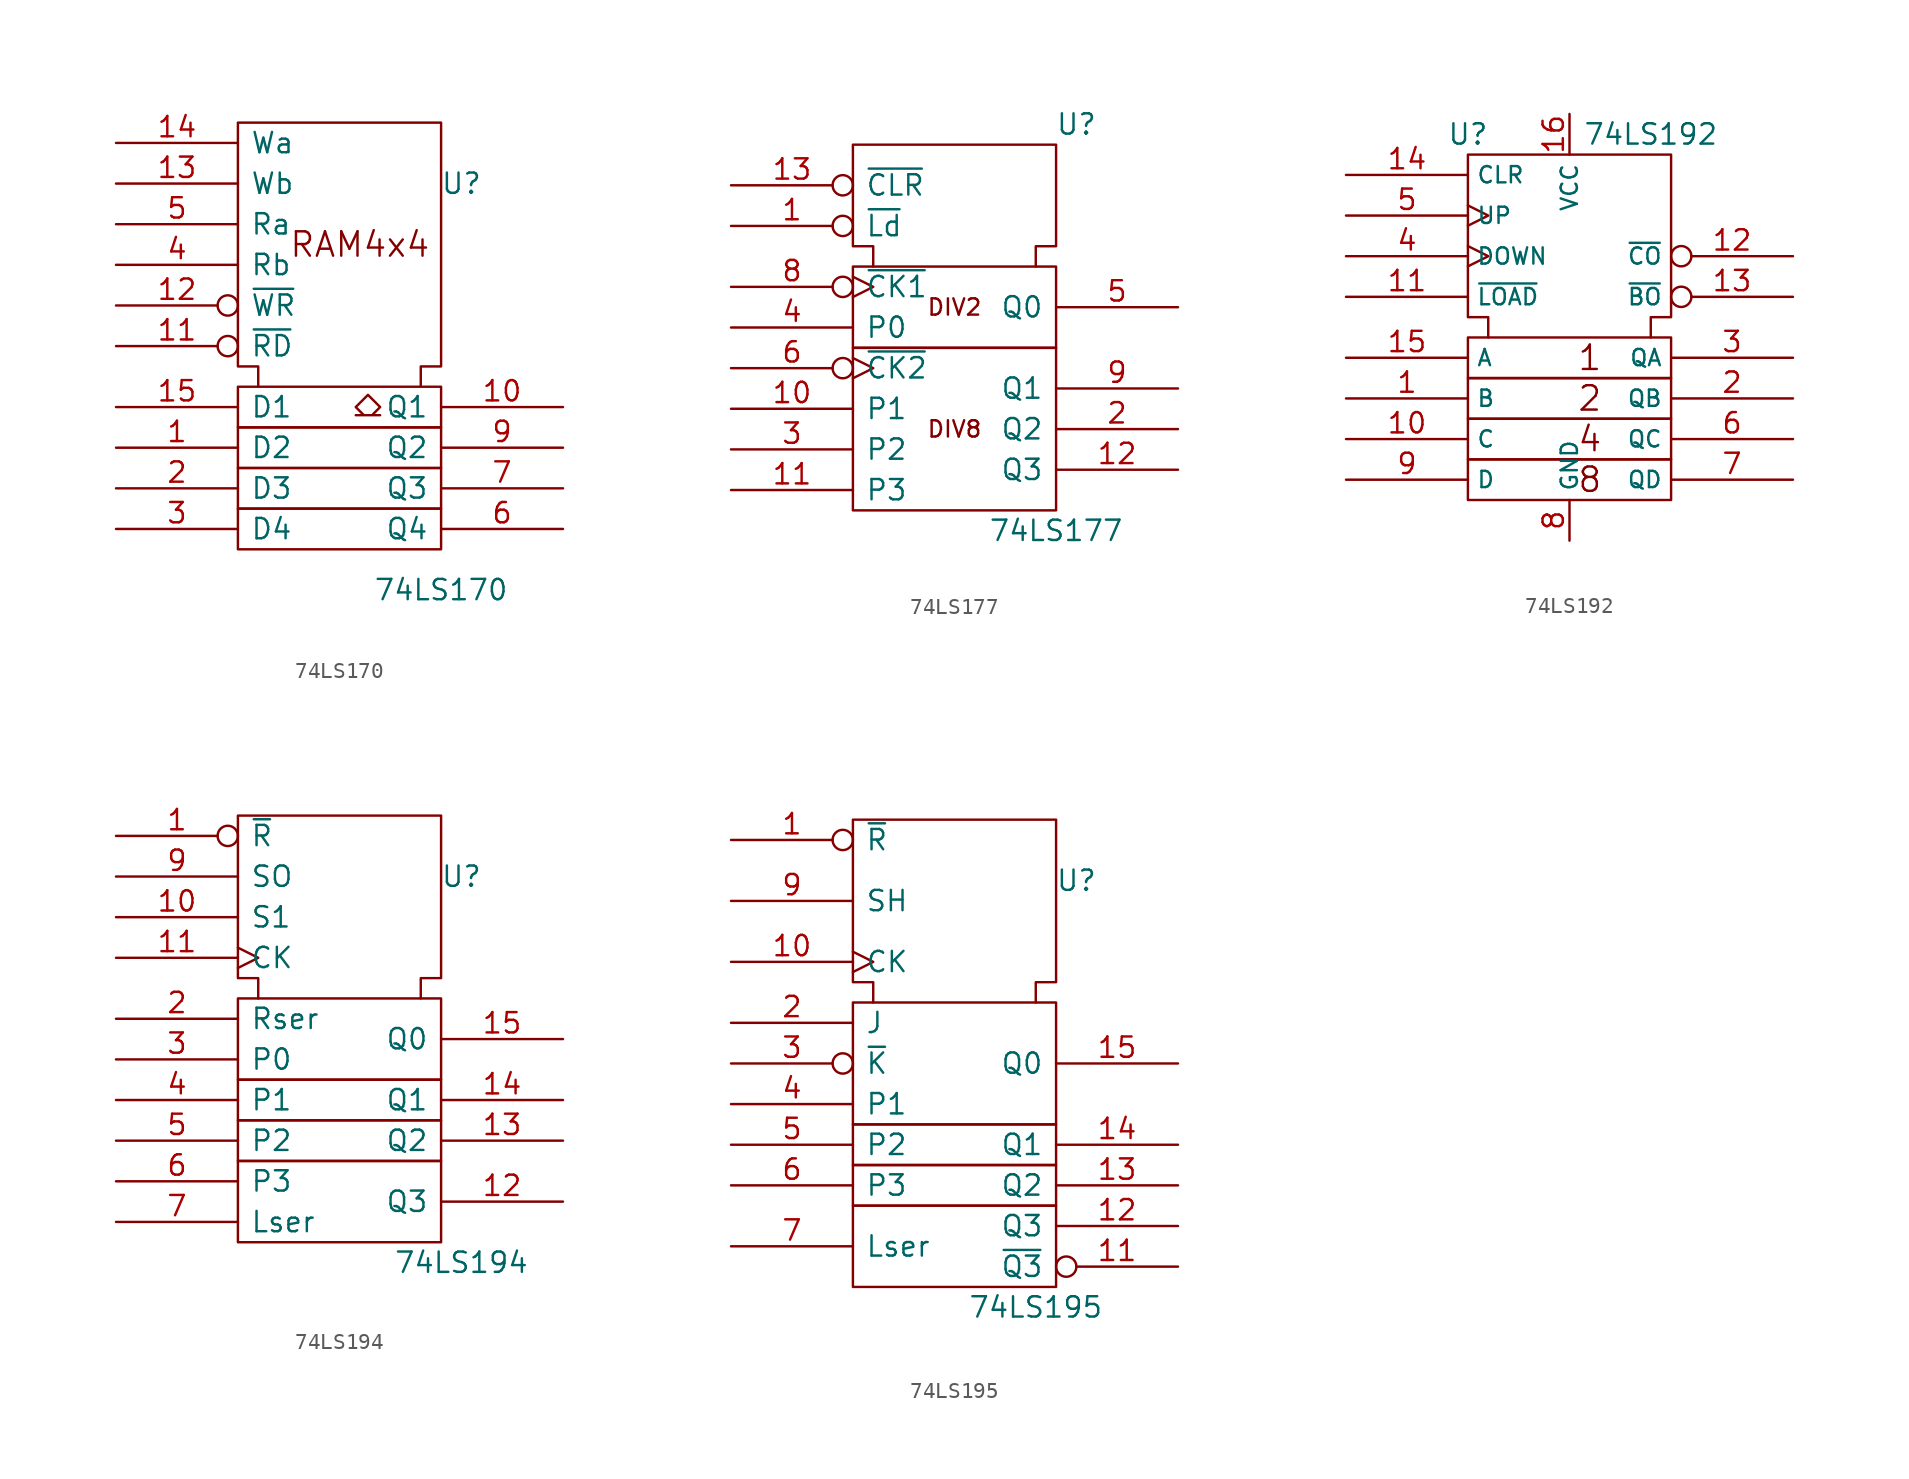
<source format=kicad_sym>
(kicad_symbol_lib
  (version 20211014)
  (generator kicad_symbol_editor)
  (symbol "74LS170"
    (pin_names
      (offset 0.762))
    (property "Reference" "U"
      (at 7.62 10.16 0)
      (effects (font (size 1.27 1.27))))
    (property "Value" "74LS170"
      (at 6.35 -15.24 0)
      (effects (font (size 1.27 1.27))))
    (symbol "74LS170_0_0"
      (rectangle (start -6.35 -10.16) (end 6.35 -12.7) (stroke (width 0) (type default) (color 0 0 0 0)) (fill (type none)))
      (rectangle (start -6.35 -7.62) (end 6.35 -10.16) (stroke (width 0) (type default) (color 0 0 0 0)) (fill (type none)))
      (rectangle (start -6.35 -5.08) (end 6.35 -7.62) (stroke (width 0) (type default) (color 0 0 0 0)) (fill (type none)))
      (rectangle (start -6.35 -2.54) (end 6.35 -5.08) (stroke (width 0) (type default) (color 0 0 0 0)) (fill (type none)))
      (polyline (pts (xy -5.08 -2.54) (xy -5.08 -1.27) (xy -6.35 -1.27) (xy -6.35 13.97) (xy 6.35 13.97) (xy 6.35 -1.27) (xy 5.08 -1.27) (xy 5.08 -2.54) (xy 5.08 -2.54)) (stroke (width 0) (type default) (color 0 0 0 0)) (fill (type none)))
      (polyline (pts (xy 1.778 -3.048) (xy 2.54 -3.81) (xy 2.032 -4.318) (xy 2.54 -4.318) (xy 1.016 -4.318) (xy 1.524 -4.318) (xy 1.016 -3.81) (xy 1.778 -3.048) (xy 1.778 -3.048)) (stroke (width 0) (type default) (color 0 0 0 0)) (fill (type none)))
      (text "RAM4x4" (at 1.27 6.35 0) (effects (font (size 1.524 1.524))))
      (pin power_in line (at 3.81 13.97 270) (length 0) hide (name "VCC" (effects (font (size 1.27 1.27)))) (number "16" (effects (font (size 1.27 1.27)))))
      (pin power_in line (at 0 13.97 270) (length 0) hide (name "GND" (effects (font (size 1.27 1.27)))) (number "8" (effects (font (size 1.27 1.27))))))
    (symbol "74LS170_1_1"
      (pin input line (at -13.97 -6.35 0) (length 7.62) (name "D2" (effects (font (size 1.27 1.27)))) (number "1" (effects (font (size 1.27 1.27)))))
      (pin tri_state line (at 13.97 -3.81 180) (length 7.62) (name "Q1" (effects (font (size 1.27 1.27)))) (number "10" (effects (font (size 1.27 1.27)))))
      (pin input inverted (at -13.97 0 0) (length 7.62) (name "~{RD}" (effects (font (size 1.27 1.27)))) (number "11" (effects (font (size 1.27 1.27)))))
      (pin input inverted (at -13.97 2.54 0) (length 7.62) (name "~{WR}" (effects (font (size 1.27 1.27)))) (number "12" (effects (font (size 1.27 1.27)))))
      (pin input line (at -13.97 10.16 0) (length 7.62) (name "Wb" (effects (font (size 1.27 1.27)))) (number "13" (effects (font (size 1.27 1.27)))))
      (pin input line (at -13.97 12.7 0) (length 7.62) (name "Wa" (effects (font (size 1.27 1.27)))) (number "14" (effects (font (size 1.27 1.27)))))
      (pin input line (at -13.97 -3.81 0) (length 7.62) (name "D1" (effects (font (size 1.27 1.27)))) (number "15" (effects (font (size 1.27 1.27)))))
      (pin input line (at -13.97 -8.89 0) (length 7.62) (name "D3" (effects (font (size 1.27 1.27)))) (number "2" (effects (font (size 1.27 1.27)))))
      (pin input line (at -13.97 -11.43 0) (length 7.62) (name "D4" (effects (font (size 1.27 1.27)))) (number "3" (effects (font (size 1.27 1.27)))))
      (pin input line (at -13.97 5.08 0) (length 7.62) (name "Rb" (effects (font (size 1.27 1.27)))) (number "4" (effects (font (size 1.27 1.27)))))
      (pin input line (at -13.97 7.62 0) (length 7.62) (name "Ra" (effects (font (size 1.27 1.27)))) (number "5" (effects (font (size 1.27 1.27)))))
      (pin tri_state line (at 13.97 -11.43 180) (length 7.62) (name "Q4" (effects (font (size 1.27 1.27)))) (number "6" (effects (font (size 1.27 1.27)))))
      (pin tri_state line (at 13.97 -8.89 180) (length 7.62) (name "Q3" (effects (font (size 1.27 1.27)))) (number "7" (effects (font (size 1.27 1.27)))))
      (pin tri_state line (at 13.97 -6.35 180) (length 7.62) (name "Q2" (effects (font (size 1.27 1.27)))) (number "9" (effects (font (size 1.27 1.27)))))))
  (symbol "74LS177"
    (pin_names
      (offset 0.762))
    (property "Reference" "U"
      (at 7.62 8.89 0)
      (effects (font (size 1.27 1.27))))
    (property "Value" "74LS177"
      (at 6.35 -16.51 0)
      (effects (font (size 1.27 1.27))))
    (symbol "74LS177_0_0"
      (rectangle (start -6.35 -5.08) (end 6.35 -15.24) (stroke (width 0) (type default) (color 0 0 0 0)) (fill (type none)))
      (rectangle (start -6.35 0) (end 6.35 -5.08) (stroke (width 0) (type default) (color 0 0 0 0)) (fill (type none)))
      (polyline (pts (xy -5.08 0) (xy -5.08 1.27) (xy -6.35 1.27) (xy -6.35 7.62) (xy 6.35 7.62) (xy 6.35 1.27) (xy 5.08 1.27) (xy 5.08 0) (xy 5.08 0)) (stroke (width 0) (type default) (color 0 0 0 0)) (fill (type none)))
      (text "DIV2" (at 0 -2.54 0) (effects (font (size 1.016 1.016))))
      (text "DIV8" (at 0 -10.16 0) (effects (font (size 1.016 1.016))))
      (pin power_in line (at 5.08 7.62 270) (length 0) hide (name "VCC" (effects (font (size 1.27 1.27)))) (number "14" (effects (font (size 1.27 1.27)))))
      (pin power_in line (at 1.27 7.62 270) (length 0) hide (name "GND" (effects (font (size 1.27 1.27)))) (number "7" (effects (font (size 1.27 1.27))))))
    (symbol "74LS177_1_1"
      (pin input inverted (at -13.97 2.54 0) (length 7.62) (name "~{Ld}" (effects (font (size 1.27 1.27)))) (number "1" (effects (font (size 1.27 1.27)))))
      (pin input line (at -13.97 -8.89 0) (length 7.62) (name "P1" (effects (font (size 1.27 1.27)))) (number "10" (effects (font (size 1.27 1.27)))))
      (pin input line (at -13.97 -13.97 0) (length 7.62) (name "P3" (effects (font (size 1.27 1.27)))) (number "11" (effects (font (size 1.27 1.27)))))
      (pin output line (at 13.97 -12.7 180) (length 7.62) (name "Q3" (effects (font (size 1.27 1.27)))) (number "12" (effects (font (size 1.27 1.27)))))
      (pin input inverted (at -13.97 5.08 0) (length 7.62) (name "~{CLR}" (effects (font (size 1.27 1.27)))) (number "13" (effects (font (size 1.27 1.27)))))
      (pin output line (at 13.97 -10.16 180) (length 7.62) (name "Q2" (effects (font (size 1.27 1.27)))) (number "2" (effects (font (size 1.27 1.27)))))
      (pin input line (at -13.97 -11.43 0) (length 7.62) (name "P2" (effects (font (size 1.27 1.27)))) (number "3" (effects (font (size 1.27 1.27)))))
      (pin input line (at -13.97 -3.81 0) (length 7.62) (name "P0" (effects (font (size 1.27 1.27)))) (number "4" (effects (font (size 1.27 1.27)))))
      (pin output line (at 13.97 -2.54 180) (length 7.62) (name "Q0" (effects (font (size 1.27 1.27)))) (number "5" (effects (font (size 1.27 1.27)))))
      (pin input inverted_clock (at -13.97 -6.35 0) (length 7.62) (name "~{CK2}" (effects (font (size 1.27 1.27)))) (number "6" (effects (font (size 1.27 1.27)))))
      (pin input inverted_clock (at -13.97 -1.27 0) (length 7.62) (name "~{CK1}" (effects (font (size 1.27 1.27)))) (number "8" (effects (font (size 1.27 1.27)))))
      (pin output line (at 13.97 -7.62 180) (length 7.62) (name "Q1" (effects (font (size 1.27 1.27)))) (number "9" (effects (font (size 1.27 1.27)))))))
  (symbol "74LS192"
    (property "Reference" "U"
      (at -6.35 12.7 0)
      (effects (font (size 1.27 1.27))))
    (property "Value" "74LS192"
      (at 5.08 12.7 0)
      (effects (font (size 1.27 1.27))))
    (symbol "74LS192_0_0"
      (text "1" (at 1.27 -1.27 0) (effects (font (size 1.524 1.524))))
      (text "2" (at 1.27 -3.81 0) (effects (font (size 1.524 1.524))))
      (text "4" (at 1.27 -6.35 0) (effects (font (size 1.524 1.524))))
      (text "8" (at 1.27 -8.89 0) (effects (font (size 1.524 1.524))))
      (pin power_in line (at 0 13.97 270) (length 2.54) (name "VCC" (effects (font (size 1.016 1.016)))) (number "16" (effects (font (size 1.27 1.27)))))
      (pin power_in line (at 0 -12.7 90) (length 2.54) (name "GND" (effects (font (size 1.016 1.016)))) (number "8" (effects (font (size 1.27 1.27))))))
    (symbol "74LS192_0_1"
      (rectangle (start -6.35 -7.62) (end 6.35 -10.16) (stroke (width 0) (type default) (color 0 0 0 0)) (fill (type none)))
      (rectangle (start -6.35 -5.08) (end 6.35 -7.62) (stroke (width 0) (type default) (color 0 0 0 0)) (fill (type none)))
      (rectangle (start -6.35 -2.54) (end 6.35 -5.08) (stroke (width 0) (type default) (color 0 0 0 0)) (fill (type none)))
      (rectangle (start -6.35 0) (end 6.35 -2.54) (stroke (width 0) (type default) (color 0 0 0 0)) (fill (type none)))
      (polyline (pts (xy -5.08 0) (xy -5.08 1.27) (xy -6.35 1.27) (xy -6.35 11.43) (xy 6.35 11.43) (xy 6.35 1.27) (xy 5.08 1.27) (xy 5.08 0) (xy 5.08 0)) (stroke (width 0) (type default) (color 0 0 0 0)) (fill (type none))))
    (symbol "74LS192_1_1"
      (pin input line (at -13.97 -3.81 0) (length 7.62) (name "B" (effects (font (size 1.016 1.016)))) (number "1" (effects (font (size 1.27 1.27)))))
      (pin input line (at -13.97 -6.35 0) (length 7.62) (name "C" (effects (font (size 1.016 1.016)))) (number "10" (effects (font (size 1.27 1.27)))))
      (pin input line (at -13.97 2.54 0) (length 7.62) (name "~{LOAD}" (effects (font (size 1.016 1.016)))) (number "11" (effects (font (size 1.27 1.27)))))
      (pin output inverted (at 13.97 5.08 180) (length 7.62) (name "~{CO}" (effects (font (size 1.016 1.016)))) (number "12" (effects (font (size 1.27 1.27)))))
      (pin output inverted (at 13.97 2.54 180) (length 7.62) (name "~{BO}" (effects (font (size 1.016 1.016)))) (number "13" (effects (font (size 1.27 1.27)))))
      (pin input line (at -13.97 10.16 0) (length 7.62) (name "CLR" (effects (font (size 1.016 1.016)))) (number "14" (effects (font (size 1.27 1.27)))))
      (pin input line (at -13.97 -1.27 0) (length 7.62) (name "A" (effects (font (size 1.016 1.016)))) (number "15" (effects (font (size 1.27 1.27)))))
      (pin output line (at 13.97 -3.81 180) (length 7.62) (name "QB" (effects (font (size 1.016 1.016)))) (number "2" (effects (font (size 1.27 1.27)))))
      (pin output line (at 13.97 -1.27 180) (length 7.62) (name "QA" (effects (font (size 1.016 1.016)))) (number "3" (effects (font (size 1.27 1.27)))))
      (pin input clock (at -13.97 5.08 0) (length 7.62) (name "DOWN" (effects (font (size 1.016 1.016)))) (number "4" (effects (font (size 1.27 1.27)))))
      (pin input clock (at -13.97 7.62 0) (length 7.62) (name "UP" (effects (font (size 1.016 1.016)))) (number "5" (effects (font (size 1.27 1.27)))))
      (pin output line (at 13.97 -6.35 180) (length 7.62) (name "QC" (effects (font (size 1.016 1.016)))) (number "6" (effects (font (size 1.27 1.27)))))
      (pin output line (at 13.97 -8.89 180) (length 7.62) (name "QD" (effects (font (size 1.016 1.016)))) (number "7" (effects (font (size 1.27 1.27)))))
      (pin input line (at -13.97 -8.89 0) (length 7.62) (name "D" (effects (font (size 1.016 1.016)))) (number "9" (effects (font (size 1.27 1.27)))))))
  (symbol "74LS194"
    (pin_names
      (offset 0.762))
    (property "Reference" "U"
      (at 7.62 8.89 0)
      (effects (font (size 1.27 1.27))))
    (property "Value" "74LS194"
      (at 7.62 -15.24 0)
      (effects (font (size 1.27 1.27))))
    (symbol "74LS194_0_0"
      (rectangle (start -6.35 -8.89) (end 6.35 -13.97) (stroke (width 0) (type default) (color 0 0 0 0)) (fill (type none)))
      (polyline (pts (xy -5.08 1.27) (xy -5.08 2.54) (xy -6.35 2.54) (xy -6.35 12.7) (xy 6.35 12.7) (xy 6.35 2.54) (xy 5.08 2.54) (xy 5.08 1.27) (xy 5.08 1.27)) (stroke (width 0) (type default) (color 0 0 0 0)) (fill (type none)))
      (pin power_in line (at -13.97 -12.7 0) (length 7.62) (name "Lser" (effects (font (size 1.27 1.27)))) (number "7" (effects (font (size 1.27 1.27)))))
      (pin power_in line (at 0 12.7 270) (length 0) hide (name "GND" (effects (font (size 1.27 1.27)))) (number "8" (effects (font (size 1.27 1.27))))))
    (symbol "74LS194_0_1"
      (rectangle (start -6.35 -6.35) (end 6.35 -8.89) (stroke (width 0) (type default) (color 0 0 0 0)) (fill (type none)))
      (rectangle (start -6.35 -3.81) (end 6.35 -6.35) (stroke (width 0) (type default) (color 0 0 0 0)) (fill (type none)))
      (rectangle (start -6.35 1.27) (end 6.35 -3.81) (stroke (width 0) (type default) (color 0 0 0 0)) (fill (type none)))
      (pin power_in line (at 3.81 12.7 270) (length 0) hide (name "Vdd" (effects (font (size 1.27 1.27)))) (number "16" (effects (font (size 1.27 1.27))))))
    (symbol "74LS194_1_1"
      (pin input inverted (at -13.97 11.43 0) (length 7.62) (name "~{R}" (effects (font (size 1.27 1.27)))) (number "1" (effects (font (size 1.27 1.27)))))
      (pin input line (at -13.97 6.35 0) (length 7.62) (name "S1" (effects (font (size 1.27 1.27)))) (number "10" (effects (font (size 1.27 1.27)))))
      (pin input clock (at -13.97 3.81 0) (length 7.62) (name "CK" (effects (font (size 1.27 1.27)))) (number "11" (effects (font (size 1.27 1.27)))))
      (pin output line (at 13.97 -11.43 180) (length 7.62) (name "Q3" (effects (font (size 1.27 1.27)))) (number "12" (effects (font (size 1.27 1.27)))))
      (pin output line (at 13.97 -7.62 180) (length 7.62) (name "Q2" (effects (font (size 1.27 1.27)))) (number "13" (effects (font (size 1.27 1.27)))))
      (pin output line (at 13.97 -5.08 180) (length 7.62) (name "Q1" (effects (font (size 1.27 1.27)))) (number "14" (effects (font (size 1.27 1.27)))))
      (pin output line (at 13.97 -1.27 180) (length 7.62) (name "Q0" (effects (font (size 1.27 1.27)))) (number "15" (effects (font (size 1.27 1.27)))))
      (pin input line (at -13.97 0 0) (length 7.62) (name "Rser" (effects (font (size 1.27 1.27)))) (number "2" (effects (font (size 1.27 1.27)))))
      (pin input line (at -13.97 -2.54 0) (length 7.62) (name "P0" (effects (font (size 1.27 1.27)))) (number "3" (effects (font (size 1.27 1.27)))))
      (pin input line (at -13.97 -5.08 0) (length 7.62) (name "P1" (effects (font (size 1.27 1.27)))) (number "4" (effects (font (size 1.27 1.27)))))
      (pin input line (at -13.97 -7.62 0) (length 7.62) (name "P2" (effects (font (size 1.27 1.27)))) (number "5" (effects (font (size 1.27 1.27)))))
      (pin input line (at -13.97 -10.16 0) (length 7.62) (name "P3" (effects (font (size 1.27 1.27)))) (number "6" (effects (font (size 1.27 1.27)))))
      (pin input line (at -13.97 8.89 0) (length 7.62) (name "SO" (effects (font (size 1.27 1.27)))) (number "9" (effects (font (size 1.27 1.27)))))))
  (symbol "74LS195"
    (pin_names
      (offset 0.762))
    (property "Reference" "U"
      (at 7.62 8.89 0)
      (effects (font (size 1.27 1.27))))
    (property "Value" "74LS195"
      (at 5.08 -17.78 0)
      (effects (font (size 1.27 1.27))))
    (symbol "74LS195_0_0"
      (rectangle (start -6.35 -11.43) (end 6.35 -16.51) (stroke (width 0) (type default) (color 0 0 0 0)) (fill (type none)))
      (rectangle (start -6.35 -8.89) (end 6.35 -11.43) (stroke (width 0) (type default) (color 0 0 0 0)) (fill (type none)))
      (rectangle (start -6.35 -6.35) (end 6.35 -8.89) (stroke (width 0) (type default) (color 0 0 0 0)) (fill (type none)))
      (rectangle (start -6.35 1.27) (end 6.35 -6.35) (stroke (width 0) (type default) (color 0 0 0 0)) (fill (type none)))
      (polyline (pts (xy -5.08 1.27) (xy -5.08 2.54) (xy -6.35 2.54) (xy -6.35 12.7) (xy 6.35 12.7) (xy 6.35 2.54) (xy 5.08 2.54) (xy 5.08 1.27) (xy 5.08 1.27)) (stroke (width 0) (type default) (color 0 0 0 0)) (fill (type none)))
      (pin power_in line (at -13.97 -13.97 0) (length 7.62) (name "Lser" (effects (font (size 1.27 1.27)))) (number "7" (effects (font (size 1.27 1.27)))))
      (pin power_in line (at 0 12.7 270) (length 0) hide (name "GND" (effects (font (size 1.27 1.27)))) (number "8" (effects (font (size 1.27 1.27))))))
    (symbol "74LS195_0_1"
      (pin power_in line (at 3.81 12.7 270) (length 0) hide (name "Vdd" (effects (font (size 1.27 1.27)))) (number "16" (effects (font (size 1.27 1.27))))))
    (symbol "74LS195_1_1"
      (pin input inverted (at -13.97 11.43 0) (length 7.62) (name "~{R}" (effects (font (size 1.27 1.27)))) (number "1" (effects (font (size 1.27 1.27)))))
      (pin input clock (at -13.97 3.81 0) (length 7.62) (name "CK" (effects (font (size 1.27 1.27)))) (number "10" (effects (font (size 1.27 1.27)))))
      (pin input inverted (at 13.97 -15.24 180) (length 7.62) (name "~{Q3}" (effects (font (size 1.27 1.27)))) (number "11" (effects (font (size 1.27 1.27)))))
      (pin output line (at 13.97 -12.7 180) (length 7.62) (name "Q3" (effects (font (size 1.27 1.27)))) (number "12" (effects (font (size 1.27 1.27)))))
      (pin output line (at 13.97 -10.16 180) (length 7.62) (name "Q2" (effects (font (size 1.27 1.27)))) (number "13" (effects (font (size 1.27 1.27)))))
      (pin output line (at 13.97 -7.62 180) (length 7.62) (name "Q1" (effects (font (size 1.27 1.27)))) (number "14" (effects (font (size 1.27 1.27)))))
      (pin output line (at 13.97 -2.54 180) (length 7.62) (name "Q0" (effects (font (size 1.27 1.27)))) (number "15" (effects (font (size 1.27 1.27)))))
      (pin input line (at -13.97 0 0) (length 7.62) (name "J" (effects (font (size 1.27 1.27)))) (number "2" (effects (font (size 1.27 1.27)))))
      (pin input inverted (at -13.97 -2.54 0) (length 7.62) (name "~{K}" (effects (font (size 1.27 1.27)))) (number "3" (effects (font (size 1.27 1.27)))))
      (pin input line (at -13.97 -5.08 0) (length 7.62) (name "P1" (effects (font (size 1.27 1.27)))) (number "4" (effects (font (size 1.27 1.27)))))
      (pin input line (at -13.97 -7.62 0) (length 7.62) (name "P2" (effects (font (size 1.27 1.27)))) (number "5" (effects (font (size 1.27 1.27)))))
      (pin input line (at -13.97 -10.16 0) (length 7.62) (name "P3" (effects (font (size 1.27 1.27)))) (number "6" (effects (font (size 1.27 1.27)))))
      (pin input line (at -13.97 7.62 0) (length 7.62) (name "SH" (effects (font (size 1.27 1.27)))) (number "9" (effects (font (size 1.27 1.27))))))))
</source>
